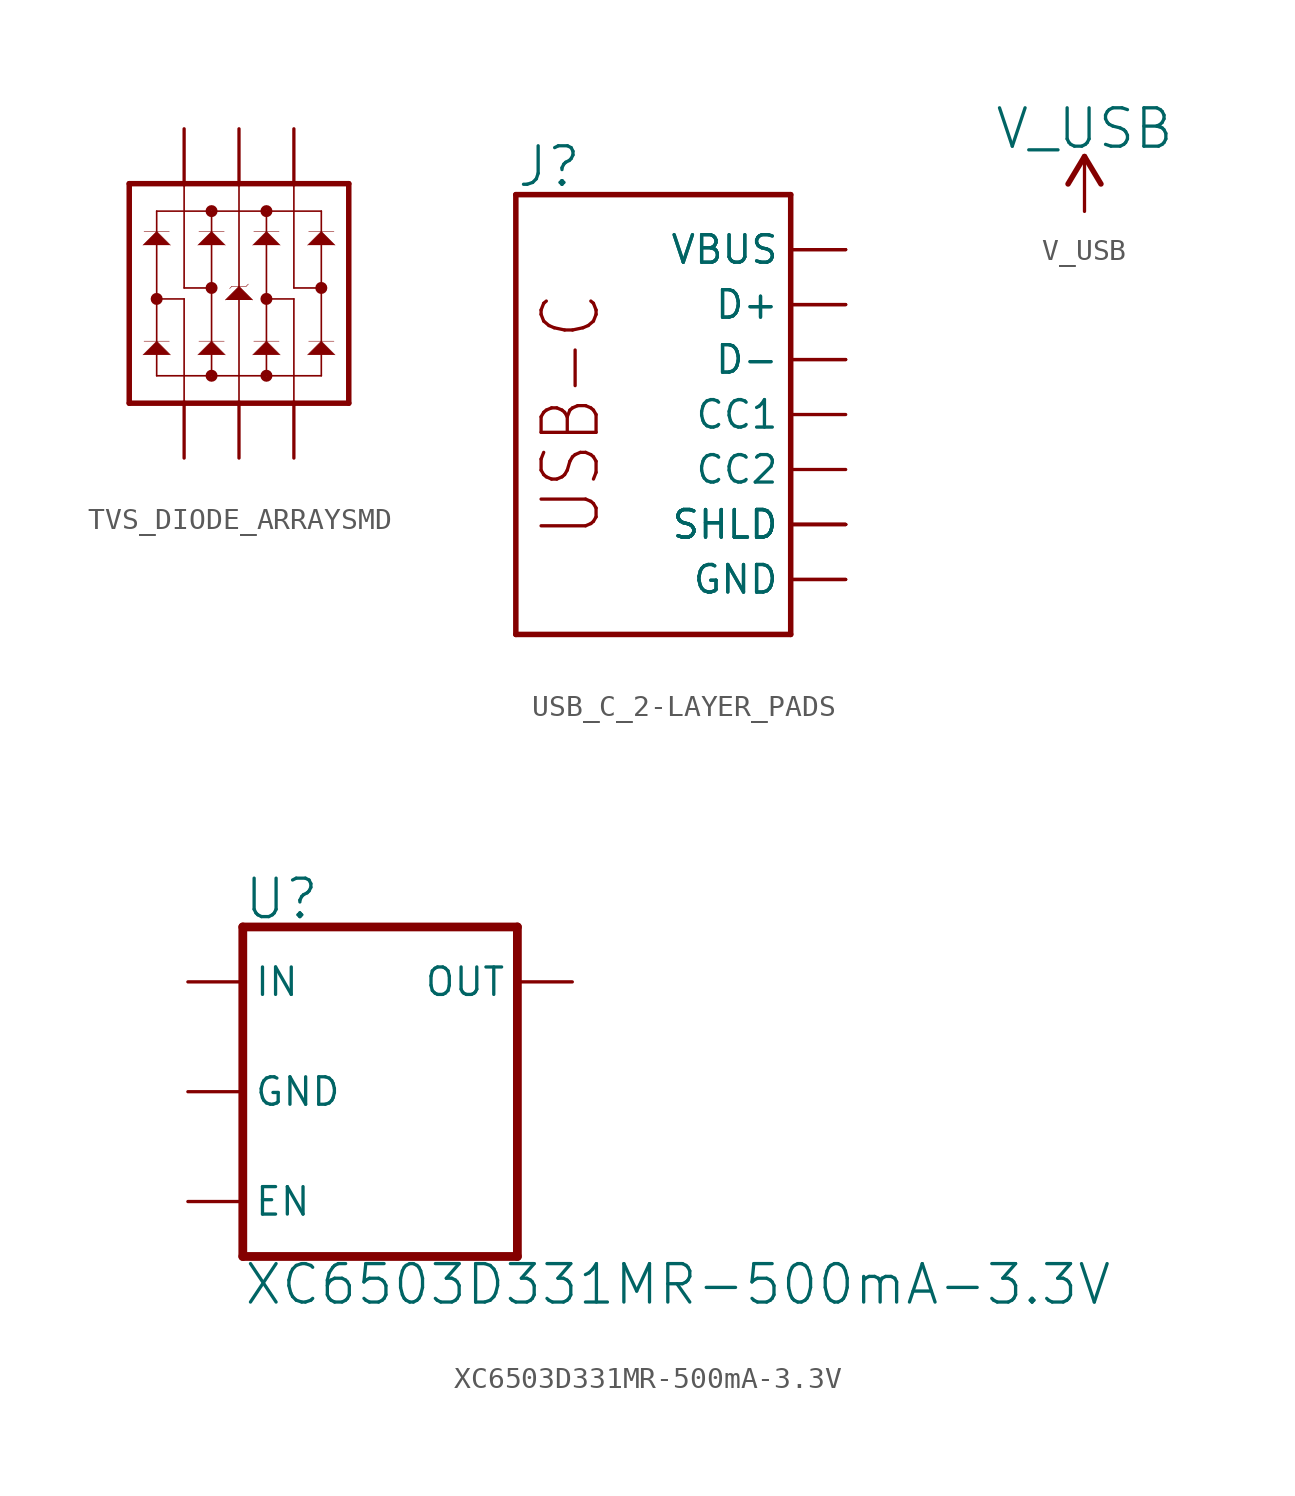
<source format=kicad_sym>
(kicad_symbol_lib
  (version 20241209)
  (generator "kicad_symbol_editor")
  (generator_version "9.0")
  (symbol "TVS_DIODE_ARRAYSMD"
    (property "Reference" "U"
      (at 2.54 -10.16 0)
      (effects (font (size 1.778 1.511)) (justify left bottom) (hide yes)))
    (symbol "TVS_DIODE_ARRAYSMD_1_0"
      (polyline (pts (xy -5.08 5.08) (xy -2.54 5.08)) (stroke (width 0.254) (type solid)) (fill (type none)))
      (polyline (pts (xy -5.08 -5.08) (xy -5.08 5.08)) (stroke (width 0.254) (type solid)) (fill (type none)))
      (polyline (pts (xy -4.445 2.235) (xy -3.81 2.87) (xy -3.175 2.235)) (stroke (width 0.025) (type solid)) (fill (type outline)))
      (polyline (pts (xy -4.445 -2.845) (xy -3.81 -2.21) (xy -3.175 -2.845)) (stroke (width 0.025) (type solid)) (fill (type outline)))
      (polyline (pts (xy -4.394 2.87) (xy -3.226 2.87)) (stroke (width 0.025) (type solid)) (fill (type none)))
      (polyline (pts (xy -4.394 -2.21) (xy -3.226 -2.21)) (stroke (width 0.025) (type solid)) (fill (type none)))
      (polyline (pts (xy -3.81 3.81) (xy -3.81 -0.254)) (stroke (width 0.076) (type solid)) (fill (type none)))
      (polyline (pts (xy -3.81 3.81) (xy 3.81 3.81)) (stroke (width 0.076) (type solid)) (fill (type none)))
      (circle (center -3.81 -0.254) (radius 0.025) (stroke (width 0.254) (type solid)) (fill (type none)))
      (polyline (pts (xy -3.81 -0.254) (xy -3.81 -3.81)) (stroke (width 0.076) (type solid)) (fill (type none)))
      (polyline (pts (xy -3.81 -0.254) (xy -2.54 -0.254)) (stroke (width 0.076) (type solid)) (fill (type none)))
      (polyline (pts (xy -3.81 -3.81) (xy 3.81 -3.81)) (stroke (width 0.076) (type solid)) (fill (type none)))
      (polyline (pts (xy -2.54 5.08) (xy -2.54 0.254)) (stroke (width 0.076) (type solid)) (fill (type none)))
      (polyline (pts (xy -2.54 5.08) (xy 0 5.08)) (stroke (width 0.254) (type solid)) (fill (type none)))
      (polyline (pts (xy -2.54 0.254) (xy -1.27 0.254)) (stroke (width 0.076) (type solid)) (fill (type none)))
      (polyline (pts (xy -2.54 -0.254) (xy -2.54 -5.08)) (stroke (width 0.076) (type solid)) (fill (type none)))
      (polyline (pts (xy -2.54 -5.08) (xy -5.08 -5.08)) (stroke (width 0.254) (type solid)) (fill (type none)))
      (polyline (pts (xy -1.905 2.235) (xy -1.27 2.87) (xy -0.635 2.235)) (stroke (width 0.025) (type solid)) (fill (type outline)))
      (polyline (pts (xy -1.905 -2.845) (xy -1.27 -2.21) (xy -0.635 -2.845)) (stroke (width 0.025) (type solid)) (fill (type outline)))
      (polyline (pts (xy -1.854 2.87) (xy -0.686 2.87)) (stroke (width 0.025) (type solid)) (fill (type none)))
      (polyline (pts (xy -1.854 -2.21) (xy -0.686 -2.21)) (stroke (width 0.025) (type solid)) (fill (type none)))
      (circle (center -1.27 3.81) (radius 0.025) (stroke (width 0.254) (type solid)) (fill (type none)))
      (polyline (pts (xy -1.27 3.81) (xy -1.27 0.254)) (stroke (width 0.076) (type solid)) (fill (type none)))
      (circle (center -1.27 0.254) (radius 0.025) (stroke (width 0.254) (type solid)) (fill (type none)))
      (polyline (pts (xy -1.27 0.254) (xy -1.27 -3.81)) (stroke (width 0.076) (type solid)) (fill (type none)))
      (circle (center -1.27 -3.81) (radius 0.025) (stroke (width 0.254) (type solid)) (fill (type none)))
      (polyline (pts (xy -0.635 -0.305) (xy 0 0.33) (xy 0.635 -0.305)) (stroke (width 0.025) (type solid)) (fill (type outline)))
      (polyline (pts (xy -0.432 0.229) (xy -0.33 0.33)) (stroke (width 0.025) (type solid)) (fill (type none)))
      (polyline (pts (xy -0.33 0.33) (xy 0.33 0.33)) (stroke (width 0.025) (type solid)) (fill (type none)))
      (polyline (pts (xy 0 5.08) (xy 0 -5.08)) (stroke (width 0.076) (type solid)) (fill (type none)))
      (polyline (pts (xy 0 5.08) (xy 2.54 5.08)) (stroke (width 0.254) (type solid)) (fill (type none)))
      (polyline (pts (xy 0 -5.08) (xy -2.54 -5.08)) (stroke (width 0.254) (type solid)) (fill (type none)))
      (polyline (pts (xy 0.33 0.33) (xy 0.432 0.432)) (stroke (width 0.025) (type solid)) (fill (type none)))
      (polyline (pts (xy 0.635 2.235) (xy 1.27 2.87) (xy 1.905 2.235)) (stroke (width 0.025) (type solid)) (fill (type outline)))
      (polyline (pts (xy 0.635 -2.845) (xy 1.27 -2.21) (xy 1.905 -2.845)) (stroke (width 0.025) (type solid)) (fill (type outline)))
      (polyline (pts (xy 0.686 2.87) (xy 1.854 2.87)) (stroke (width 0.025) (type solid)) (fill (type none)))
      (polyline (pts (xy 0.686 -2.21) (xy 1.854 -2.21)) (stroke (width 0.025) (type solid)) (fill (type none)))
      (polyline (pts (xy 1.27 3.81) (xy 1.27 -0.254)) (stroke (width 0.076) (type solid)) (fill (type none)))
      (circle (center 1.27 3.81) (radius 0.025) (stroke (width 0.254) (type solid)) (fill (type none)))
      (polyline (pts (xy 1.27 -0.254) (xy 1.27 -3.81)) (stroke (width 0.076) (type solid)) (fill (type none)))
      (circle (center 1.27 -0.254) (radius 0.025) (stroke (width 0.254) (type solid)) (fill (type none)))
      (circle (center 1.27 -3.81) (radius 0.025) (stroke (width 0.254) (type solid)) (fill (type none)))
      (polyline (pts (xy 2.54 5.08) (xy 2.54 0.254)) (stroke (width 0.076) (type solid)) (fill (type none)))
      (polyline (pts (xy 2.54 5.08) (xy 5.08 5.08)) (stroke (width 0.254) (type solid)) (fill (type none)))
      (polyline (pts (xy 2.54 0.254) (xy 3.81 0.254)) (stroke (width 0.076) (type solid)) (fill (type none)))
      (polyline (pts (xy 2.54 -0.254) (xy 1.27 -0.254)) (stroke (width 0.076) (type solid)) (fill (type none)))
      (polyline (pts (xy 2.54 -0.254) (xy 2.54 -5.08)) (stroke (width 0.076) (type solid)) (fill (type none)))
      (polyline (pts (xy 2.54 -5.08) (xy 0 -5.08)) (stroke (width 0.254) (type solid)) (fill (type none)))
      (polyline (pts (xy 3.175 2.235) (xy 3.81 2.87) (xy 4.445 2.235)) (stroke (width 0.025) (type solid)) (fill (type outline)))
      (polyline (pts (xy 3.175 -2.845) (xy 3.81 -2.21) (xy 4.445 -2.845)) (stroke (width 0.025) (type solid)) (fill (type outline)))
      (polyline (pts (xy 3.226 2.87) (xy 4.394 2.87)) (stroke (width 0.025) (type solid)) (fill (type none)))
      (polyline (pts (xy 3.226 -2.21) (xy 4.394 -2.21)) (stroke (width 0.025) (type solid)) (fill (type none)))
      (polyline (pts (xy 3.81 3.81) (xy 3.81 0.254)) (stroke (width 0.076) (type solid)) (fill (type none)))
      (polyline (pts (xy 3.81 0.254) (xy 3.81 -3.81)) (stroke (width 0.076) (type solid)) (fill (type none)))
      (circle (center 3.81 0.254) (radius 0.025) (stroke (width 0.254) (type solid)) (fill (type none)))
      (polyline (pts (xy 5.08 5.08) (xy 5.08 -5.08)) (stroke (width 0.254) (type solid)) (fill (type none)))
      (polyline (pts (xy 5.08 -5.08) (xy 2.54 -5.08)) (stroke (width 0.254) (type solid)) (fill (type none)))
      (pin bidirectional line (at -2.54 7.62 270) (length 2.54) (name "IO4" (effects (font (size 0 0)))) (number "6" (effects (font (size 0 0)))))
      (pin bidirectional line (at -2.54 -7.62 90) (length 2.54) (name "IO1" (effects (font (size 0 0)))) (number "1" (effects (font (size 0 0)))))
      (pin bidirectional line (at 0 7.62 270) (length 2.54) (name "VCC" (effects (font (size 0 0)))) (number "5" (effects (font (size 0 0)))))
      (pin bidirectional line (at 0 -7.62 90) (length 2.54) (name "VSS" (effects (font (size 0 0)))) (number "2" (effects (font (size 0 0)))))
      (pin bidirectional line (at 2.54 7.62 270) (length 2.54) (name "IO3" (effects (font (size 0 0)))) (number "4" (effects (font (size 0 0)))))
      (pin bidirectional line (at 2.54 -7.62 90) (length 2.54) (name "IO2" (effects (font (size 0 0)))) (number "3" (effects (font (size 0 0)))))))
  (symbol "USB_C_2-LAYER_PADS"
    (property "Reference" "J"
      (at -2.54 10.414 0)
      (effects (font (size 1.778 1.778)) (justify left bottom)))
    (symbol "USB_C_2-LAYER_PADS_1_0"
      (polyline (pts (xy -2.54 -10.16) (xy -2.54 10.16)) (stroke (width 0.254) (type solid)) (fill (type none)))
      (polyline (pts (xy -2.54 -10.16) (xy 10.16 -10.16)) (stroke (width 0.254) (type solid)) (fill (type none)))
      (polyline (pts (xy 10.16 10.16) (xy -2.54 10.16)) (stroke (width 0.254) (type solid)) (fill (type none)))
      (polyline (pts (xy 10.16 -10.16) (xy 10.16 10.16)) (stroke (width 0.254) (type solid)) (fill (type none)))
      (text "USB-C" (at 0 0 900) (effects (font (size 2.54 2.159))))
      (pin bidirectional line (at 12.7 7.62 180) (length 2.54) (name "VBUS" (effects (font (size 1.27 1.27)))) (number "VBUS1" (effects (font (size 0 0)))))
      (pin bidirectional line (at 12.7 7.62 180) (length 2.54) (name "VBUS" (effects (font (size 1.27 1.27)))) (number "VBUS2" (effects (font (size 0 0)))))
      (pin bidirectional line (at 12.7 5.08 180) (length 2.54) (name "D+" (effects (font (size 1.27 1.27)))) (number "A6" (effects (font (size 0 0)))))
      (pin bidirectional line (at 12.7 5.08 180) (length 2.54) (name "D+" (effects (font (size 1.27 1.27)))) (number "B6" (effects (font (size 0 0)))))
      (pin bidirectional line (at 12.7 2.54 180) (length 2.54) (name "D-" (effects (font (size 1.27 1.27)))) (number "A7" (effects (font (size 0 0)))))
      (pin bidirectional line (at 12.7 2.54 180) (length 2.54) (name "D-" (effects (font (size 1.27 1.27)))) (number "B7" (effects (font (size 0 0)))))
      (pin bidirectional line (at 12.7 0 180) (length 2.54) (name "CC1" (effects (font (size 1.27 1.27)))) (number "A5" (effects (font (size 0 0)))))
      (pin bidirectional line (at 12.7 -2.54 180) (length 2.54) (name "CC2" (effects (font (size 1.27 1.27)))) (number "B5" (effects (font (size 0 0)))))
      (pin bidirectional line (at 12.7 -5.08 180) (length 2.54) (name "SHLD" (effects (font (size 1.27 1.27)))) (number "SHLD1" (effects (font (size 0 0)))))
      (pin bidirectional line (at 12.7 -5.08 180) (length 2.54) (name "SHLD" (effects (font (size 1.27 1.27)))) (number "SHLD2" (effects (font (size 0 0)))))
      (pin bidirectional line (at 12.7 -5.08 180) (length 2.54) (name "SHLD" (effects (font (size 1.27 1.27)))) (number "SHLD3" (effects (font (size 0 0)))))
      (pin bidirectional line (at 12.7 -5.08 180) (length 2.54) (name "SHLD" (effects (font (size 1.27 1.27)))) (number "SHLD4" (effects (font (size 0 0)))))
      (pin bidirectional line (at 12.7 -7.62 180) (length 2.54) (name "GND" (effects (font (size 1.27 1.27)))) (number "GND" (effects (font (size 0 0)))))
      (pin bidirectional line (at 12.7 -7.62 180) (length 2.54) (name "GND" (effects (font (size 1.27 1.27)))) (number "GND2" (effects (font (size 0 0)))))))
  (symbol "V_USB"
    (power)
    (property "Reference" "#SUPPLY"
      (at 0 0 0)
      (effects (font (size 1.27 1.27)) (hide yes)))
    (property "Value" "V_USB"
      (at 0 2.794 0)
      (effects (font (size 1.778 1.778)) (justify bottom)))
    (property "ki_locked" ""
      (at 0 0 0)
      (effects (font (size 1.27 1.27))))
    (symbol "V_USB_1_0"
      (polyline (pts (xy 0 2.54) (xy -0.762 1.27)) (stroke (width 0.254) (type solid)) (fill (type none)))
      (polyline (pts (xy 0.762 1.27) (xy 0 2.54)) (stroke (width 0.254) (type solid)) (fill (type none)))
      (pin power_in line (at 0 0 90) (length 2.54) (name "V_USB" (effects (font (size 0 0)))) (number "1" (effects (font (size 0 0)))))))
  (symbol "XC6503D331MR-500mA-3.3V"
    (property "Reference" "U"
      (at -7.62 7.874 0)
      (effects (font (size 1.778 1.778)) (justify left bottom)))
    (property "Value" "XC6503D331MR-500mA-3.3V"
      (at -7.62 -7.874 0)
      (effects (font (size 1.778 1.778)) (justify left top)))
    (symbol "XC6503D331MR-500mA-3.3V_1_0"
      (polyline (pts (xy -7.62 7.62) (xy -7.62 -7.62)) (stroke (width 0.406) (type solid)) (fill (type none)))
      (polyline (pts (xy -7.62 -7.62) (xy 5.08 -7.62)) (stroke (width 0.406) (type solid)) (fill (type none)))
      (polyline (pts (xy 5.08 7.62) (xy -7.62 7.62)) (stroke (width 0.406) (type solid)) (fill (type none)))
      (polyline (pts (xy 5.08 -7.62) (xy 5.08 7.62)) (stroke (width 0.406) (type solid)) (fill (type none)))
      (pin input line (at -10.16 5.08 0) (length 2.54) (name "IN" (effects (font (size 1.27 1.27)))) (number "1" (effects (font (size 0 0)))))
      (pin input line (at -10.16 0 0) (length 2.54) (name "GND" (effects (font (size 1.27 1.27)))) (number "2" (effects (font (size 0 0)))))
      (pin input line (at -10.16 -5.08 0) (length 2.54) (name "EN" (effects (font (size 1.27 1.27)))) (number "3" (effects (font (size 0 0)))))
      (pin passive line (at 7.62 5.08 180) (length 2.54) (name "OUT" (effects (font (size 1.27 1.27)))) (number "5" (effects (font (size 0 0))))))))
</source>
